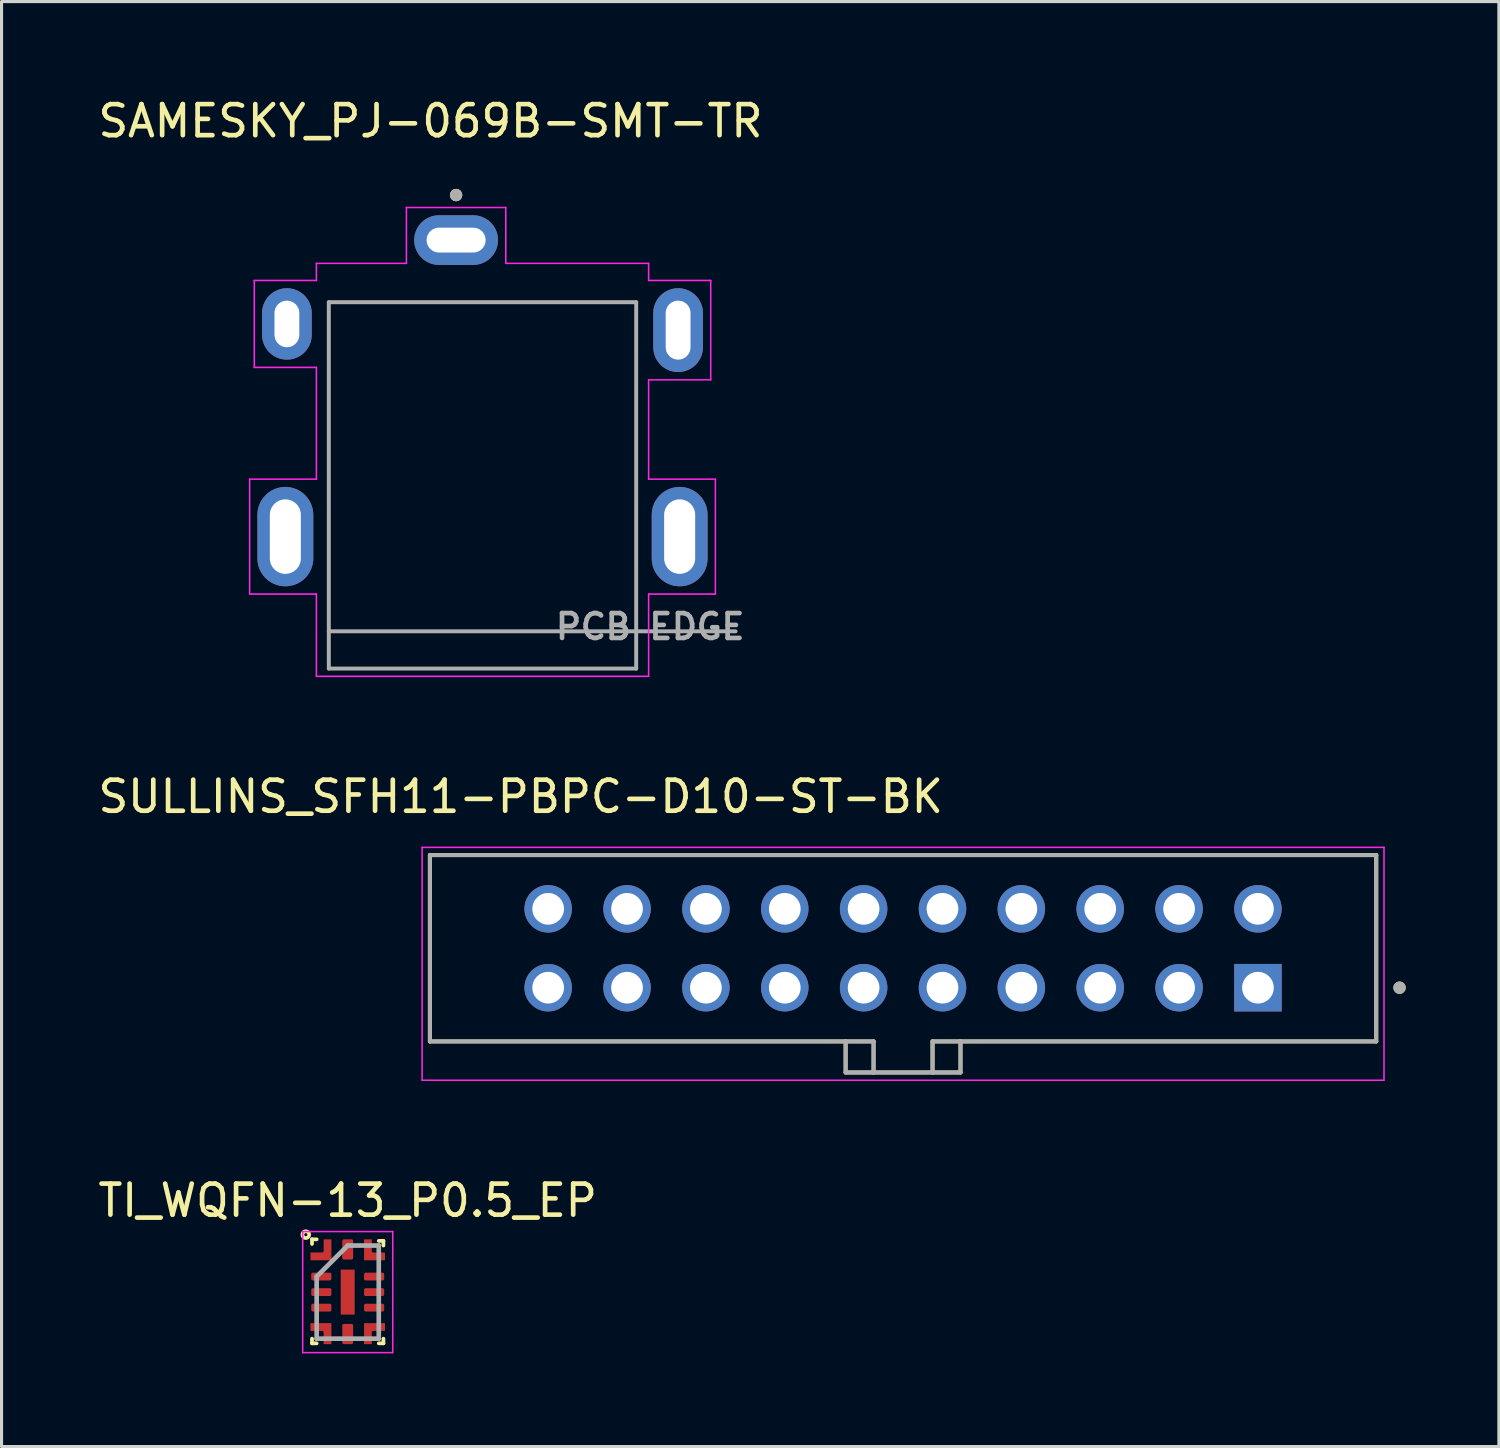
<source format=kicad_pcb>
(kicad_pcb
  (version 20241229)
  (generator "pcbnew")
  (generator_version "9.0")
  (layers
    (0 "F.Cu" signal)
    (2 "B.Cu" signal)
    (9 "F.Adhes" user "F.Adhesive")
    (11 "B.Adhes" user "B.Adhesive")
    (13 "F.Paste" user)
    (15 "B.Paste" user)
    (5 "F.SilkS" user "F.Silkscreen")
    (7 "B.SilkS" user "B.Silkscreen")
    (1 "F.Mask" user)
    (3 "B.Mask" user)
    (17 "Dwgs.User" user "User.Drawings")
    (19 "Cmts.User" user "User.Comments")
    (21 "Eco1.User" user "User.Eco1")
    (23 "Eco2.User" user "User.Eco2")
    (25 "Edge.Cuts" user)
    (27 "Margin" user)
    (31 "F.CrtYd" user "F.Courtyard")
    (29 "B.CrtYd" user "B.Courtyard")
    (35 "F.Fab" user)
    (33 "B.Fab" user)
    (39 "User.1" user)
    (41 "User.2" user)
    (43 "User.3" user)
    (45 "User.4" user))
  (footprint "TI_WQFN-13_P0.5_EP"
    (layer "F.Cu")
    (at 8.149 38.565)
    (property "Reference" "TI_WQFN-13_P0.5_EP" (at 0 -2.95 0) (layer "F.SilkS") (effects (font (size 1 1) (thickness 0.15))))
    (attr smd)
    (fp_line (start -1.15 -1.7) (end -1 -1.7) (stroke (width 0.12) (type solid)) (layer "F.SilkS"))
    (fp_line (start -1.15 -1.55) (end -1.15 -1.7) (stroke (width 0.12) (type solid)) (layer "F.SilkS"))
    (fp_line (start -1.15 1.65) (end -1.15 1.5) (stroke (width 0.12) (type solid)) (layer "F.SilkS"))
    (fp_line (start -1 1.65) (end -1.15 1.65) (stroke (width 0.12) (type solid)) (layer "F.SilkS"))
    (fp_line (start 1 -1.65) (end 1.15 -1.65) (stroke (width 0.12) (type solid)) (layer "F.SilkS"))
    (fp_line (start 1 1.65) (end 1.15 1.65) (stroke (width 0.12) (type solid)) (layer "F.SilkS"))
    (fp_line (start 1.15 -1.65) (end 1.15 -1.5) (stroke (width 0.12) (type solid)) (layer "F.SilkS"))
    (fp_line (start 1.15 1.65) (end 1.15 1.5) (stroke (width 0.12) (type solid)) (layer "F.SilkS"))
    (fp_circle (center -1.35 -1.85) (end -1.4 -1.85) (stroke (width 0.12) (type solid)) (fill no) (layer "F.SilkS"))
    (fp_line (start -1.45 -1.95) (end 1.45 -1.95) (stroke (width 0.05) (type solid)) (layer "F.CrtYd"))
    (fp_line (start -1.45 1.95) (end -1.45 -1.95) (stroke (width 0.05) (type solid)) (layer "F.CrtYd"))
    (fp_line (start 1.45 -1.95) (end 1.45 1.95) (stroke (width 0.05) (type solid)) (layer "F.CrtYd"))
    (fp_line (start 1.45 1.95) (end -1.45 1.95) (stroke (width 0.05) (type solid)) (layer "F.CrtYd"))
    (fp_line (start -1 -0.5) (end -1 1.5) (stroke (width 0.15) (type solid)) (layer "F.Fab"))
    (fp_line (start -1 1.5) (end 1 1.5) (stroke (width 0.15) (type solid)) (layer "F.Fab"))
    (fp_line (start 0 -1.5) (end -1 -0.5) (stroke (width 0.15) (type solid)) (layer "F.Fab"))
    (fp_line (start 1 -1.5) (end 0 -1.5) (stroke (width 0.15) (type solid)) (layer "F.Fab"))
    (fp_line (start 1 1.5) (end 1 -1.5) (stroke (width 0.15) (type solid)) (layer "F.Fab"))
    (pad "1" smd custom (at -0.65 -1.363) (size 0.25 0.675) (layers "F.Cu" "F.Mask" "F.Paste") (options (anchor rect)) (primitives (gr_poly (pts (xy -0.125 0.338) (xy -0.125 0.087) (xy -0.55 0.087) (xy -0.55 0.338)) (width 0) (fill yes)) (gr_arc (start -0.075 0.0375) (mid -0.104289 0.108211) (end -0.175 0.1375) (width 0.1))))
    (pad "2" smd roundrect (at -0.85 -0.5 90) (size 0.25 0.65) (layers "F.Cu" "F.Mask" "F.Paste") (roundrect_rratio 0.2))
    (pad "3" smd roundrect (at -0.85 0 90) (size 0.25 0.65) (layers "F.Cu" "F.Mask" "F.Paste") (roundrect_rratio 0.2))
    (pad "4" smd roundrect (at -0.85 0.5 90) (size 0.25 0.65) (layers "F.Cu" "F.Mask" "F.Paste") (roundrect_rratio 0.2))
    (pad "5" smd custom (at -0.863 1.125 90) (size 0.25 0.675) (layers "F.Cu" "F.Mask" "F.Paste") (options (anchor rect)) (primitives (gr_poly (pts (xy -0.125 0.338) (xy -0.125 0.087) (xy -0.55 0.087) (xy -0.55 0.338)) (width 0) (fill yes)) (gr_arc (start -0.075 0.0375) (mid -0.104289 0.108211) (end -0.175 0.1375) (width 0.1))))
    (pad "6" smd roundrect (at 0 1.35) (size 0.35 0.65) (layers "F.Cu" "F.Mask" "F.Paste") (roundrect_rratio 0.143))
    (pad "7" smd custom (at 0.65 1.338 180) (size 0.25 0.675) (layers "F.Cu" "F.Mask" "F.Paste") (options (anchor rect)) (primitives (gr_poly (pts (xy -0.125 0.338) (xy -0.125 0.087) (xy -0.55 0.087) (xy -0.55 0.338)) (width 0) (fill yes)) (gr_arc (start -0.075 0.0375) (mid -0.104289 0.108211) (end -0.175 0.1375) (width 0.1))))
    (pad "8" smd roundrect (at 0.85 0.5 90) (size 0.25 0.65) (layers "F.Cu" "F.Mask" "F.Paste") (roundrect_rratio 0.2))
    (pad "9" smd roundrect (at 0.85 0 90) (size 0.25 0.65) (layers "F.Cu" "F.Mask" "F.Paste") (roundrect_rratio 0.2))
    (pad "10" smd roundrect (at 0.85 -0.5 90) (size 0.25 0.65) (layers "F.Cu" "F.Mask" "F.Paste") (roundrect_rratio 0.2))
    (pad "11" smd custom (at 0.863 -1.15 270) (size 0.25 0.675) (layers "F.Cu" "F.Mask" "F.Paste") (options (anchor rect)) (primitives (gr_poly (pts (xy -0.125 0.338) (xy -0.125 0.087) (xy -0.55 0.087) (xy -0.55 0.338)) (width 0) (fill yes)) (gr_arc (start -0.075 0.0375) (mid -0.104289 0.108211) (end -0.175 0.1375) (width 0.1))))
    (pad "12" smd roundrect (at 0 -1.375) (size 0.35 0.65) (layers "F.Cu" "F.Mask" "F.Paste") (roundrect_rratio 0.143))
    (pad "13" smd rect (at 0 0) (size 0.45 1.45) (layers "F.Cu" "F.Mask" "F.Paste")))
  (footprint "SAMESKY_PJ-069B-SMT-TR"
    (layer "F.Cu")
    (at 11.64 14.233)
    (property "Reference" "SAMESKY_PJ-069B-SMT-TR" (at -0.825 -13.385 0) (layer "F.SilkS") (effects (font (size 1 1) (thickness 0.15))))
    (attr through_hole)
    (fp_circle (center 0 -11) (end 0.1 -11) (stroke (width 0.2) (type solid)) (fill no) (layer "F.SilkS"))
    (fp_line (start -6.65 -1.85) (end -4.5 -1.85) (stroke (width 0.05) (type solid)) (layer "F.CrtYd"))
    (fp_line (start -6.65 1.85) (end -6.65 -1.85) (stroke (width 0.05) (type solid)) (layer "F.CrtYd"))
    (fp_line (start -6.5 -8.25) (end -4.5 -8.25) (stroke (width 0.05) (type solid)) (layer "F.CrtYd"))
    (fp_line (start -6.5 -5.45) (end -6.5 -8.25) (stroke (width 0.05) (type solid)) (layer "F.CrtYd"))
    (fp_line (start -4.5 -8.8) (end -1.6 -8.8) (stroke (width 0.05) (type solid)) (layer "F.CrtYd"))
    (fp_line (start -4.5 -8.25) (end -4.5 -8.8) (stroke (width 0.05) (type solid)) (layer "F.CrtYd"))
    (fp_line (start -4.5 -5.45) (end -6.5 -5.45) (stroke (width 0.05) (type solid)) (layer "F.CrtYd"))
    (fp_line (start -4.5 -1.85) (end -4.5 -5.45) (stroke (width 0.05) (type solid)) (layer "F.CrtYd"))
    (fp_line (start -4.5 1.85) (end -6.65 1.85) (stroke (width 0.05) (type solid)) (layer "F.CrtYd"))
    (fp_line (start -4.5 4.5) (end -4.5 1.85) (stroke (width 0.05) (type solid)) (layer "F.CrtYd"))
    (fp_line (start -1.6 -10.6) (end 1.6 -10.6) (stroke (width 0.05) (type solid)) (layer "F.CrtYd"))
    (fp_line (start -1.6 -8.8) (end -1.6 -10.6) (stroke (width 0.05) (type solid)) (layer "F.CrtYd"))
    (fp_line (start 1.6 -10.6) (end 1.6 -8.8) (stroke (width 0.05) (type solid)) (layer "F.CrtYd"))
    (fp_line (start 1.6 -8.8) (end 6.2 -8.8) (stroke (width 0.05) (type solid)) (layer "F.CrtYd"))
    (fp_line (start 6.2 -8.8) (end 6.2 -8.25) (stroke (width 0.05) (type solid)) (layer "F.CrtYd"))
    (fp_line (start 6.2 -8.25) (end 8.2 -8.25) (stroke (width 0.05) (type solid)) (layer "F.CrtYd"))
    (fp_line (start 6.2 -5.05) (end 6.2 -1.85) (stroke (width 0.05) (type solid)) (layer "F.CrtYd"))
    (fp_line (start 6.2 -1.85) (end 8.35 -1.85) (stroke (width 0.05) (type solid)) (layer "F.CrtYd"))
    (fp_line (start 6.2 1.85) (end 6.2 4.5) (stroke (width 0.05) (type solid)) (layer "F.CrtYd"))
    (fp_line (start 6.2 4.5) (end -4.5 4.5) (stroke (width 0.05) (type solid)) (layer "F.CrtYd"))
    (fp_line (start 8.2 -8.25) (end 8.2 -5.05) (stroke (width 0.05) (type solid)) (layer "F.CrtYd"))
    (fp_line (start 8.2 -5.05) (end 6.2 -5.05) (stroke (width 0.05) (type solid)) (layer "F.CrtYd"))
    (fp_line (start 8.35 -1.85) (end 8.35 1.85) (stroke (width 0.05) (type solid)) (layer "F.CrtYd"))
    (fp_line (start 8.35 1.85) (end 6.2 1.85) (stroke (width 0.05) (type solid)) (layer "F.CrtYd"))
    (fp_line (start -4.1 -7.55) (end 5.8 -7.55) (stroke (width 0.127) (type solid)) (layer "F.Fab"))
    (fp_line (start -4.1 3.05) (end -4.1 -7.55) (stroke (width 0.127) (type solid)) (layer "F.Fab"))
    (fp_line (start -4.1 3.05) (end 9 3.05) (stroke (width 0.127) (type solid)) (layer "F.Fab"))
    (fp_line (start -4.1 4.25) (end -4.1 3.05) (stroke (width 0.127) (type solid)) (layer "F.Fab"))
    (fp_line (start 5.8 -7.55) (end 5.8 4.25) (stroke (width 0.127) (type solid)) (layer "F.Fab"))
    (fp_line (start 5.8 4.25) (end -4.1 4.25) (stroke (width 0.127) (type solid)) (layer "F.Fab"))
    (fp_circle (center 0 -11) (end 0.1 -11) (stroke (width 0.2) (type solid)) (fill no) (layer "F.Fab"))
    (fp_line (start -4.25 -8.05) (end -4.25 3.05) (stroke (width 0.01) (type solid)) (layer "User.1"))
    (fp_line (start -4.25 3.05) (end 5.95 3.05) (stroke (width 0.01) (type solid)) (layer "User.1"))
    (fp_line (start 4.95 -8.05) (end -3.25 -8.05) (stroke (width 0.01) (type solid)) (layer "User.1"))
    (fp_line (start 5.95 3.05) (end 5.95 -8.05) (stroke (width 0.01) (type solid)) (layer "User.1"))
    (fp_arc (start -4.25 -8.05) (mid -4.103553 -8.403553) (end -3.75 -8.55) (stroke (width 0.01) (type solid)) (layer "User.1"))
    (fp_arc (start -3.75 -8.55) (mid -3.396447 -8.403553) (end -3.25 -8.05) (stroke (width 0.01) (type solid)) (layer "User.1"))
    (fp_arc (start 4.95 -8.05) (mid 5.096447 -8.403553) (end 5.45 -8.55) (stroke (width 0.01) (type solid)) (layer "User.1"))
    (fp_arc (start 5.45 -8.55) (mid 5.803553 -8.403553) (end 5.95 -8.05) (stroke (width 0.01) (type solid)) (layer "User.1"))
    (fp_text user "PCB EDGE" (at 6.25 2.9 0) (layer "F.Fab") (effects (font (size 0.8 0.8) (thickness 0.15))))
    (pad "1" thru_hole oval (at 0 -9.55) (size 2.7 1.6) (drill oval 1.9 0.8) (layers "*.Cu" "*.Mask"))
    (pad "2" thru_hole oval (at 7.15 -6.65) (size 1.6 2.7) (drill oval 0.8 1.9) (layers "*.Cu" "*.Mask"))
    (pad "3" thru_hole oval (at -5.45 -6.85) (size 1.6 2.3) (drill oval 0.8 1.5) (layers "*.Cu" "*.Mask"))
    (pad "MP" thru_hole oval (at -5.5 0) (size 1.8 3.2) (drill oval 1 2.4) (layers "*.Cu" "*.Mask"))
    (pad "MP" thru_hole oval (at 7.2 0) (size 1.8 3.2) (drill oval 1 2.4) (layers "*.Cu" "*.Mask")))
  (footprint "SULLINS_SFH11-PBPC-D10-ST-BK"
    (layer "F.Cu")
    (at 26.035 27.491)
    (property "Reference" "SULLINS_SFH11-PBPC-D10-ST-BK" (at -12.315 -4.885 0) (layer "F.SilkS") (effects (font (size 1 1) (thickness 0.15))))
    (attr through_hole)
    (fp_line (start -15.24 -3) (end 15.24 -3) (stroke (width 0.127) (type solid)) (layer "F.SilkS"))
    (fp_line (start -15.24 3) (end -15.24 -3) (stroke (width 0.127) (type solid)) (layer "F.SilkS"))
    (fp_line (start -1.85 3) (end -15.24 3) (stroke (width 0.127) (type solid)) (layer "F.SilkS"))
    (fp_line (start -1.85 3) (end -1.85 4) (stroke (width 0.127) (type solid)) (layer "F.SilkS"))
    (fp_line (start -1.85 3) (end -0.95 3) (stroke (width 0.127) (type solid)) (layer "F.SilkS"))
    (fp_line (start -1.85 4) (end -0.95 4) (stroke (width 0.127) (type solid)) (layer "F.SilkS"))
    (fp_line (start -0.95 3) (end -0.95 4) (stroke (width 0.127) (type solid)) (layer "F.SilkS"))
    (fp_line (start -0.95 4) (end 0.95 4) (stroke (width 0.127) (type solid)) (layer "F.SilkS"))
    (fp_line (start 0.95 3) (end 0.95 4) (stroke (width 0.127) (type solid)) (layer "F.SilkS"))
    (fp_line (start 0.95 4) (end 1.85 4) (stroke (width 0.127) (type solid)) (layer "F.SilkS"))
    (fp_line (start 1.85 3) (end 0.95 3) (stroke (width 0.127) (type solid)) (layer "F.SilkS"))
    (fp_line (start 1.85 3) (end 15.24 3) (stroke (width 0.127) (type solid)) (layer "F.SilkS"))
    (fp_line (start 1.85 4) (end 1.85 3) (stroke (width 0.127) (type solid)) (layer "F.SilkS"))
    (fp_line (start 15.24 -3) (end 15.24 3) (stroke (width 0.127) (type solid)) (layer "F.SilkS"))
    (fp_circle (center 15.99 1.27) (end 16.09 1.27) (stroke (width 0.2) (type solid)) (fill no) (layer "F.SilkS"))
    (fp_line (start -15.49 -3.25) (end -15.49 4.25) (stroke (width 0.05) (type solid)) (layer "F.CrtYd"))
    (fp_line (start -15.49 4.25) (end 15.49 4.25) (stroke (width 0.05) (type solid)) (layer "F.CrtYd"))
    (fp_line (start 15.49 -3.25) (end -15.49 -3.25) (stroke (width 0.05) (type solid)) (layer "F.CrtYd"))
    (fp_line (start 15.49 4.25) (end 15.49 -3.25) (stroke (width 0.05) (type solid)) (layer "F.CrtYd"))
    (fp_line (start -15.24 -3) (end 15.24 -3) (stroke (width 0.127) (type solid)) (layer "F.Fab"))
    (fp_line (start -15.24 3) (end -15.24 -3) (stroke (width 0.127) (type solid)) (layer "F.Fab"))
    (fp_line (start -1.85 3) (end -15.24 3) (stroke (width 0.127) (type solid)) (layer "F.Fab"))
    (fp_line (start -1.85 3) (end -1.85 4) (stroke (width 0.127) (type solid)) (layer "F.Fab"))
    (fp_line (start -1.85 3) (end -0.95 3) (stroke (width 0.127) (type solid)) (layer "F.Fab"))
    (fp_line (start -1.85 4) (end -0.95 4) (stroke (width 0.127) (type solid)) (layer "F.Fab"))
    (fp_line (start -0.95 3) (end -0.95 4) (stroke (width 0.127) (type solid)) (layer "F.Fab"))
    (fp_line (start -0.95 4) (end 0.95 4) (stroke (width 0.127) (type solid)) (layer "F.Fab"))
    (fp_line (start 0.95 3) (end 0.95 4) (stroke (width 0.127) (type solid)) (layer "F.Fab"))
    (fp_line (start 0.95 4) (end 1.85 4) (stroke (width 0.127) (type solid)) (layer "F.Fab"))
    (fp_line (start 1.85 3) (end 0.95 3) (stroke (width 0.127) (type solid)) (layer "F.Fab"))
    (fp_line (start 1.85 3) (end 15.24 3) (stroke (width 0.127) (type solid)) (layer "F.Fab"))
    (fp_line (start 1.85 4) (end 1.85 3) (stroke (width 0.127) (type solid)) (layer "F.Fab"))
    (fp_line (start 15.24 -3) (end 15.24 3) (stroke (width 0.127) (type solid)) (layer "F.Fab"))
    (fp_circle (center 15.99 1.27) (end 16.09 1.27) (stroke (width 0.2) (type solid)) (fill no) (layer "F.Fab"))
    (pad "1" thru_hole rect (at 11.43 1.27) (size 1.53 1.53) (drill 1.02) (layers "*.Cu" "*.Mask"))
    (pad "2" thru_hole circle (at 11.43 -1.27) (size 1.53 1.53) (drill 1.02) (layers "*.Cu" "*.Mask"))
    (pad "3" thru_hole circle (at 8.89 1.27) (size 1.53 1.53) (drill 1.02) (layers "*.Cu" "*.Mask"))
    (pad "4" thru_hole circle (at 8.89 -1.27) (size 1.53 1.53) (drill 1.02) (layers "*.Cu" "*.Mask"))
    (pad "5" thru_hole circle (at 6.35 1.27) (size 1.53 1.53) (drill 1.02) (layers "*.Cu" "*.Mask"))
    (pad "6" thru_hole circle (at 6.35 -1.27) (size 1.53 1.53) (drill 1.02) (layers "*.Cu" "*.Mask"))
    (pad "7" thru_hole circle (at 3.81 1.27) (size 1.53 1.53) (drill 1.02) (layers "*.Cu" "*.Mask"))
    (pad "8" thru_hole circle (at 3.81 -1.27) (size 1.53 1.53) (drill 1.02) (layers "*.Cu" "*.Mask"))
    (pad "9" thru_hole circle (at 1.27 1.27) (size 1.53 1.53) (drill 1.02) (layers "*.Cu" "*.Mask"))
    (pad "10" thru_hole circle (at 1.27 -1.27) (size 1.53 1.53) (drill 1.02) (layers "*.Cu" "*.Mask"))
    (pad "11" thru_hole circle (at -1.27 1.27) (size 1.53 1.53) (drill 1.02) (layers "*.Cu" "*.Mask"))
    (pad "12" thru_hole circle (at -1.27 -1.27) (size 1.53 1.53) (drill 1.02) (layers "*.Cu" "*.Mask"))
    (pad "13" thru_hole circle (at -3.81 1.27) (size 1.53 1.53) (drill 1.02) (layers "*.Cu" "*.Mask"))
    (pad "14" thru_hole circle (at -3.81 -1.27) (size 1.53 1.53) (drill 1.02) (layers "*.Cu" "*.Mask"))
    (pad "15" thru_hole circle (at -6.35 1.27) (size 1.53 1.53) (drill 1.02) (layers "*.Cu" "*.Mask"))
    (pad "16" thru_hole circle (at -6.35 -1.27) (size 1.53 1.53) (drill 1.02) (layers "*.Cu" "*.Mask"))
    (pad "17" thru_hole circle (at -8.89 1.27) (size 1.53 1.53) (drill 1.02) (layers "*.Cu" "*.Mask"))
    (pad "18" thru_hole circle (at -8.89 -1.27) (size 1.53 1.53) (drill 1.02) (layers "*.Cu" "*.Mask"))
    (pad "19" thru_hole circle (at -11.43 1.27) (size 1.53 1.53) (drill 1.02) (layers "*.Cu" "*.Mask"))
    (pad "20" thru_hole circle (at -11.43 -1.27) (size 1.53 1.53) (drill 1.02) (layers "*.Cu" "*.Mask")))
  (gr_rect
    (start -3 -3)
    (end 45.225 43.54)
    (stroke (width 0.1) (type default))
    (fill no)
    (layer "Edge.Cuts")))
</source>
